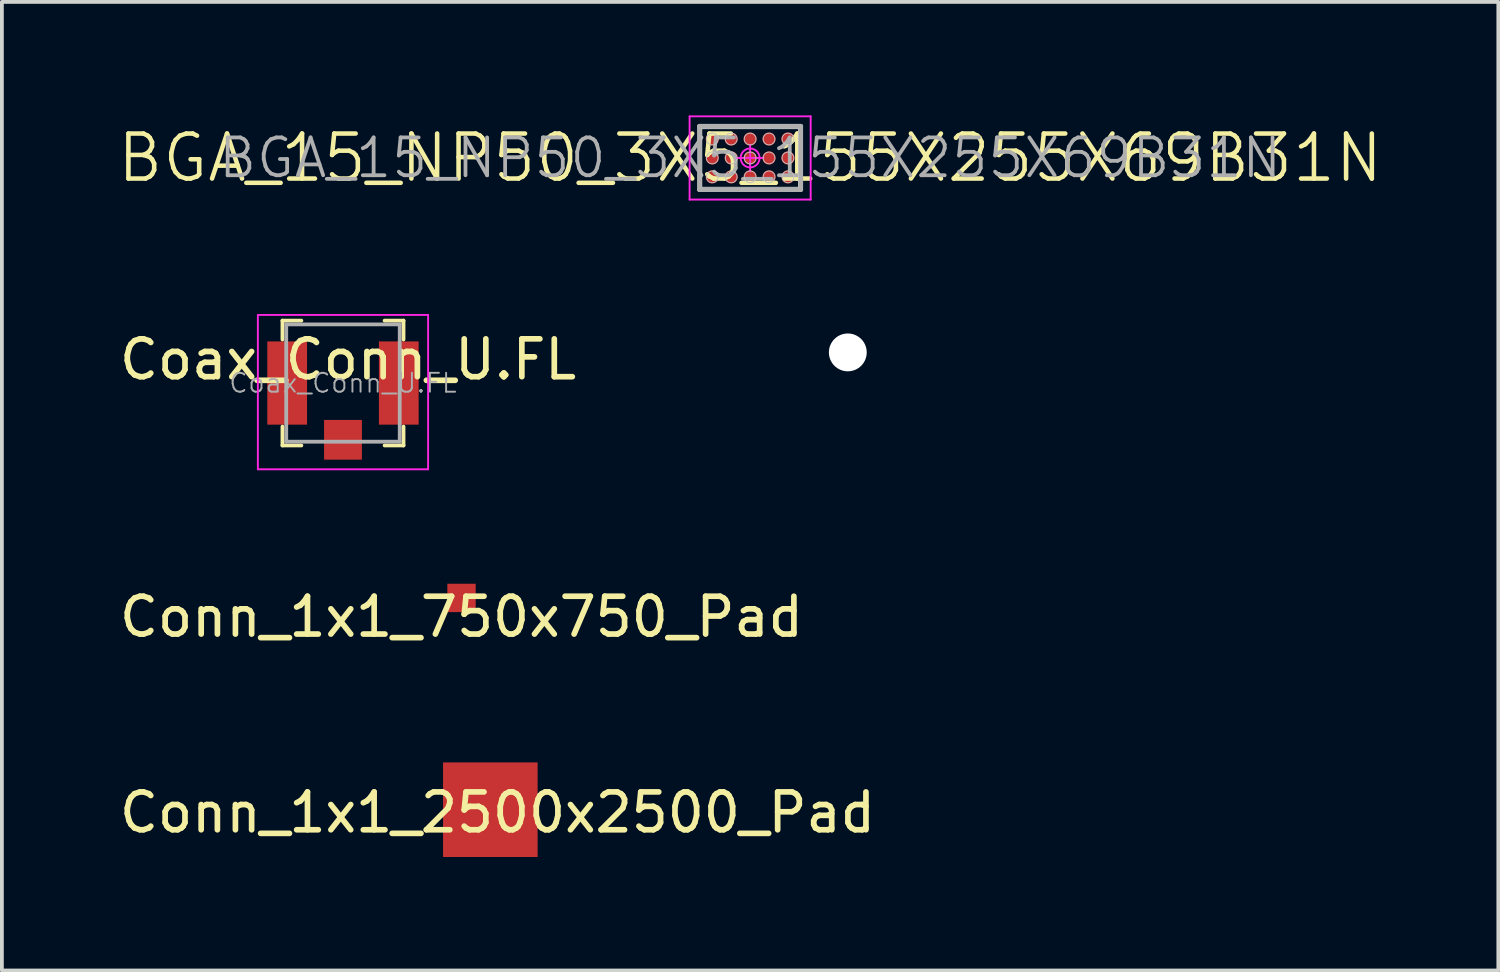
<source format=kicad_pcb>
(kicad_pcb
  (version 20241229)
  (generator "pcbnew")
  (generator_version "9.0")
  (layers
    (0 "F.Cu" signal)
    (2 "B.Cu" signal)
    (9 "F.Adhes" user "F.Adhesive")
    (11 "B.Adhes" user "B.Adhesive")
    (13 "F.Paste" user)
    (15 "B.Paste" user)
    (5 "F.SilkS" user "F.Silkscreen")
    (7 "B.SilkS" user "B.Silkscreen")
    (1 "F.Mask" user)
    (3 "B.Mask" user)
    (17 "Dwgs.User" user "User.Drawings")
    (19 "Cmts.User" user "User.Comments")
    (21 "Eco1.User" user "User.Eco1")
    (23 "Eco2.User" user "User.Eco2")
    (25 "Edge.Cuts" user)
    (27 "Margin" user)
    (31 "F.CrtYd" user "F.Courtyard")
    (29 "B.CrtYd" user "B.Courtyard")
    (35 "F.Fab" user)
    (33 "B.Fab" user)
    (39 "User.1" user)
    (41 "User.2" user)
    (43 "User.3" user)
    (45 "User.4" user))
  (footprint "Conn_1x1_2500x2500_Pad"
    (layer "F.Cu")
    (at 9.911 18.353)
    (property "Reference" "Conn_1x1_2500x2500_Pad" (at 0.19 0.075 0) (layer "F.SilkS") (effects (font (size 1 1) (thickness 0.15))))
    (attr through_hole)
    (pad "1" smd rect (at 0 0) (size 2.5 2.5) (layers "F.Cu" "F.Mask" "F.Paste")))
  (footprint "Conn_1x1_700_Circular_Pad_mountinghole"
    (layer "F.Cu")
    (at 19.36 6.265)
    (property "Reference" "Conn_1x1_700_Circular_Pad_mountinghole" (at -0.024 -0.781 0) (unlocked yes) (layer "Eco1.User") (effects (font (size 0.25 0.25) (thickness 0.05))))
    (attr through_hole)
    (pad "" np_thru_hole circle (at 0 0) (size 1 1) (drill 1) (layers "*.Cu" "*.Mask")))
  (footprint "Coax_Conn_U.FL"
    (layer "F.Cu")
    (at 6.016 7.075)
    (property "Reference" "Coax_Conn_U.FL" (at 0.133 -0.623 180) (layer "F.SilkS") (effects (font (size 1 1) (thickness 0.15))))
    (attr smd)
    (fp_line (start -1.6 -1.65) (end -1.6 -1.15) (stroke (width 0.1) (type solid)) (layer "F.SilkS"))
    (fp_line (start -1.6 -1.65) (end -1.1 -1.65) (stroke (width 0.1) (type solid)) (layer "F.SilkS"))
    (fp_line (start -1.6 1.65) (end -1.6 1.15) (stroke (width 0.1) (type solid)) (layer "F.SilkS"))
    (fp_line (start -1.6 1.65) (end -1.1 1.65) (stroke (width 0.1) (type solid)) (layer "F.SilkS"))
    (fp_line (start 1.6 -1.65) (end 1.1 -1.65) (stroke (width 0.1) (type solid)) (layer "F.SilkS"))
    (fp_line (start 1.6 -1.65) (end 1.6 -1.15) (stroke (width 0.1) (type solid)) (layer "F.SilkS"))
    (fp_line (start 1.6 1.65) (end 1.1 1.65) (stroke (width 0.1) (type solid)) (layer "F.SilkS"))
    (fp_line (start 1.6 1.65) (end 1.6 1.15) (stroke (width 0.1) (type solid)) (layer "F.SilkS"))
    (fp_line (start -2.25 -1.8) (end -2.25 2.28) (stroke (width 0.05) (type solid)) (layer "F.CrtYd"))
    (fp_line (start -2.25 -1.8) (end 2.25 -1.8) (stroke (width 0.05) (type solid)) (layer "F.CrtYd"))
    (fp_line (start -2.25 2.28) (end 2.25 2.28) (stroke (width 0.05) (type solid)) (layer "F.CrtYd"))
    (fp_line (start 2.25 -1.8) (end 2.25 2.28) (stroke (width 0.05) (type solid)) (layer "F.CrtYd"))
    (fp_line (start -1.5 -1.55) (end 1.5 -1.55) (stroke (width 0.1) (type solid)) (layer "F.Fab"))
    (fp_line (start -1.5 1.55) (end -1.5 -1.55) (stroke (width 0.1) (type solid)) (layer "F.Fab"))
    (fp_line (start -1.5 1.55) (end 1.5 1.55) (stroke (width 0.1) (type solid)) (layer "F.Fab"))
    (fp_line (start 1.5 1.55) (end 1.5 -1.55) (stroke (width 0.1) (type solid)) (layer "F.Fab"))
    (fp_text user "${REFERENCE}" (at 0 0 180) (layer "F.Fab") (effects (font (size 0.5 0.5) (thickness 0.05))))
    (pad "1" smd rect (at -1.475 0) (size 1.05 2.2) (layers "F.Cu" "F.Mask" "F.Paste"))
    (pad "1" smd rect (at 1.475 0) (size 1.05 2.2) (layers "F.Cu" "F.Mask" "F.Paste"))
    (pad "2" smd rect (at 0 1.5) (size 1 1.05) (layers "F.Cu" "F.Mask" "F.Paste")))
  (footprint "BGA_15_NP50_3X5_155X255X69B31N"
    (layer "F.Cu")
    (at 16.778 1.125)
    (property "Reference" "BGA_15_NP50_3X5_155X255X69B31N" (at 0 0 180) (layer "F.Fab") (effects (font (size 1 1) (thickness 0.1))))
    (attr smd)
    (fp_line (start -1.34 -0.84) (end -0.92 -0.84) (stroke (width 0.1) (type solid)) (layer "F.SilkS"))
    (fp_line (start -1.34 -0.42) (end -1.34 -0.84) (stroke (width 0.1) (type solid)) (layer "F.SilkS"))
    (fp_line (start -1.34 0.42) (end -1.34 0.84) (stroke (width 0.1) (type solid)) (layer "F.SilkS"))
    (fp_line (start -1.34 0.84) (end -0.92 0.84) (stroke (width 0.1) (type solid)) (layer "F.SilkS"))
    (fp_line (start 1.34 -0.84) (end 0.92 -0.84) (stroke (width 0.1) (type solid)) (layer "F.SilkS"))
    (fp_line (start 1.34 -0.42) (end 1.34 -0.84) (stroke (width 0.1) (type solid)) (layer "F.SilkS"))
    (fp_line (start 1.34 0.42) (end 1.34 0.84) (stroke (width 0.1) (type solid)) (layer "F.SilkS"))
    (fp_line (start 1.34 0.84) (end 0.92 0.84) (stroke (width 0.1) (type solid)) (layer "F.SilkS"))
    (fp_line (start -1.278 -0.775) (end 1.278 -0.775) (stroke (width 0.025) (type solid)) (layer "Dwgs.User"))
    (fp_line (start -1.278 0.775) (end -1.278 -0.775) (stroke (width 0.025) (type solid)) (layer "Dwgs.User"))
    (fp_line (start 1.278 -0.775) (end 1.278 0.775) (stroke (width 0.025) (type solid)) (layer "Dwgs.User"))
    (fp_line (start 1.278 0.775) (end -1.278 0.775) (stroke (width 0.025) (type solid)) (layer "Dwgs.User"))
    (fp_circle (center -1 -0.5) (end -1 -0.345) (stroke (width 0.025) (type solid)) (fill no) (layer "Dwgs.User"))
    (fp_circle (center -1 0) (end -1 0.155) (stroke (width 0.025) (type solid)) (fill no) (layer "Dwgs.User"))
    (fp_circle (center -1 0.5) (end -1 0.655) (stroke (width 0.025) (type solid)) (fill no) (layer "Dwgs.User"))
    (fp_circle (center -0.5 -0.5) (end -0.5 -0.345) (stroke (width 0.025) (type solid)) (fill no) (layer "Dwgs.User"))
    (fp_circle (center -0.5 0) (end -0.5 0.155) (stroke (width 0.025) (type solid)) (fill no) (layer "Dwgs.User"))
    (fp_circle (center -0.5 0.5) (end -0.5 0.655) (stroke (width 0.025) (type solid)) (fill no) (layer "Dwgs.User"))
    (fp_circle (center 0 -0.5) (end 0 -0.345) (stroke (width 0.025) (type solid)) (fill no) (layer "Dwgs.User"))
    (fp_circle (center 0 0) (end 0 0.155) (stroke (width 0.025) (type solid)) (fill no) (layer "Dwgs.User"))
    (fp_circle (center 0 0.5) (end 0 0.655) (stroke (width 0.025) (type solid)) (fill no) (layer "Dwgs.User"))
    (fp_circle (center 0.5 -0.5) (end 0.5 -0.345) (stroke (width 0.025) (type solid)) (fill no) (layer "Dwgs.User"))
    (fp_circle (center 0.5 0) (end 0.5 0.155) (stroke (width 0.025) (type solid)) (fill no) (layer "Dwgs.User"))
    (fp_circle (center 0.5 0.5) (end 0.5 0.655) (stroke (width 0.025) (type solid)) (fill no) (layer "Dwgs.User"))
    (fp_circle (center 1 -0.5) (end 1 -0.345) (stroke (width 0.025) (type solid)) (fill no) (layer "Dwgs.User"))
    (fp_circle (center 1 0) (end 1 0.155) (stroke (width 0.025) (type solid)) (fill no) (layer "Dwgs.User"))
    (fp_circle (center 1 0.5) (end 1 0.655) (stroke (width 0.025) (type solid)) (fill no) (layer "Dwgs.User"))
    (fp_line (start -1.6 -1.1) (end 1.6 -1.1) (stroke (width 0.05) (type solid)) (layer "F.CrtYd"))
    (fp_line (start -1.6 1.1) (end -1.6 -1.1) (stroke (width 0.05) (type solid)) (layer "F.CrtYd"))
    (fp_line (start 0 -0.35) (end 0 0.35) (stroke (width 0.05) (type solid)) (layer "F.CrtYd"))
    (fp_line (start 0.35 0) (end -0.35 0) (stroke (width 0.05) (type solid)) (layer "F.CrtYd"))
    (fp_line (start 1.6 -1.1) (end 1.6 1.1) (stroke (width 0.05) (type solid)) (layer "F.CrtYd"))
    (fp_line (start 1.6 1.1) (end -1.6 1.1) (stroke (width 0.05) (type solid)) (layer "F.CrtYd"))
    (fp_circle (center 0 0) (end 0 0.25) (stroke (width 0.05) (type solid)) (fill no) (layer "F.CrtYd"))
    (fp_line (start -1.34 -0.84) (end 1.34 -0.84) (stroke (width 0.12) (type solid)) (layer "F.Fab"))
    (fp_line (start -1.34 0.84) (end -1.34 -0.84) (stroke (width 0.12) (type solid)) (layer "F.Fab"))
    (fp_line (start 1.34 -0.84) (end 1.34 0.84) (stroke (width 0.12) (type solid)) (layer "F.Fab"))
    (fp_line (start 1.34 0.84) (end -1.34 0.84) (stroke (width 0.12) (type solid)) (layer "F.Fab"))
    (fp_text user "${REFERENCE}" (at 0 0 180) (layer "F.SilkS") (effects (font (size 1.19 1.19) (thickness 0.12))))
    (pad "A1" smd circle (at -1 -0.5) (size 0.35 0.35) (layers "F.Cu" "F.Mask" "F.Paste"))
    (pad "A2" smd circle (at -0.5 -0.5) (size 0.35 0.35) (layers "F.Cu" "F.Mask" "F.Paste"))
    (pad "A3" smd circle (at 0 -0.5) (size 0.35 0.35) (layers "F.Cu" "F.Mask" "F.Paste"))
    (pad "A4" smd circle (at 0.5 -0.5) (size 0.35 0.35) (layers "F.Cu" "F.Mask" "F.Paste"))
    (pad "A5" smd circle (at 1 -0.5) (size 0.35 0.35) (layers "F.Cu" "F.Mask" "F.Paste"))
    (pad "B1" smd circle (at -1 0) (size 0.35 0.35) (layers "F.Cu" "F.Mask" "F.Paste"))
    (pad "B2" smd circle (at -0.5 0) (size 0.35 0.35) (layers "F.Cu" "F.Mask" "F.Paste"))
    (pad "B3" smd circle (at 0 0) (size 0.35 0.35) (layers "F.Cu" "F.Mask" "F.Paste"))
    (pad "B4" smd circle (at 0.5 0) (size 0.35 0.35) (layers "F.Cu" "F.Mask" "F.Paste"))
    (pad "B5" smd circle (at 1 0) (size 0.35 0.35) (layers "F.Cu" "F.Mask" "F.Paste"))
    (pad "C1" smd circle (at -1 0.5) (size 0.35 0.35) (layers "F.Cu" "F.Mask" "F.Paste"))
    (pad "C2" smd circle (at -0.5 0.5) (size 0.35 0.35) (layers "F.Cu" "F.Mask" "F.Paste"))
    (pad "C3" smd circle (at 0 0.5) (size 0.35 0.35) (layers "F.Cu" "F.Mask" "F.Paste"))
    (pad "C4" smd circle (at 0.5 0.5) (size 0.35 0.35) (layers "F.Cu" "F.Mask" "F.Paste"))
    (pad "C5" smd circle (at 1 0.5) (size 0.35 0.35) (layers "F.Cu" "F.Mask" "F.Paste")))
  (footprint "Conn_1x1_750x750_Pad"
    (layer "F.Cu")
    (at 9.149 12.755)
    (property "Reference" "Conn_1x1_750x750_Pad" (at 0 0.5 0) (layer "F.SilkS") (effects (font (size 1 1) (thickness 0.15))))
    (attr through_hole)
    (pad "1" smd rect (at 0 0) (size 0.75 0.75) (layers "F.Cu" "F.Mask" "F.Paste")))
  (gr_rect
    (start -3 -3)
    (end 36.555 22.603)
    (stroke (width 0.1) (type default))
    (fill no)
    (layer "Edge.Cuts")))
</source>
